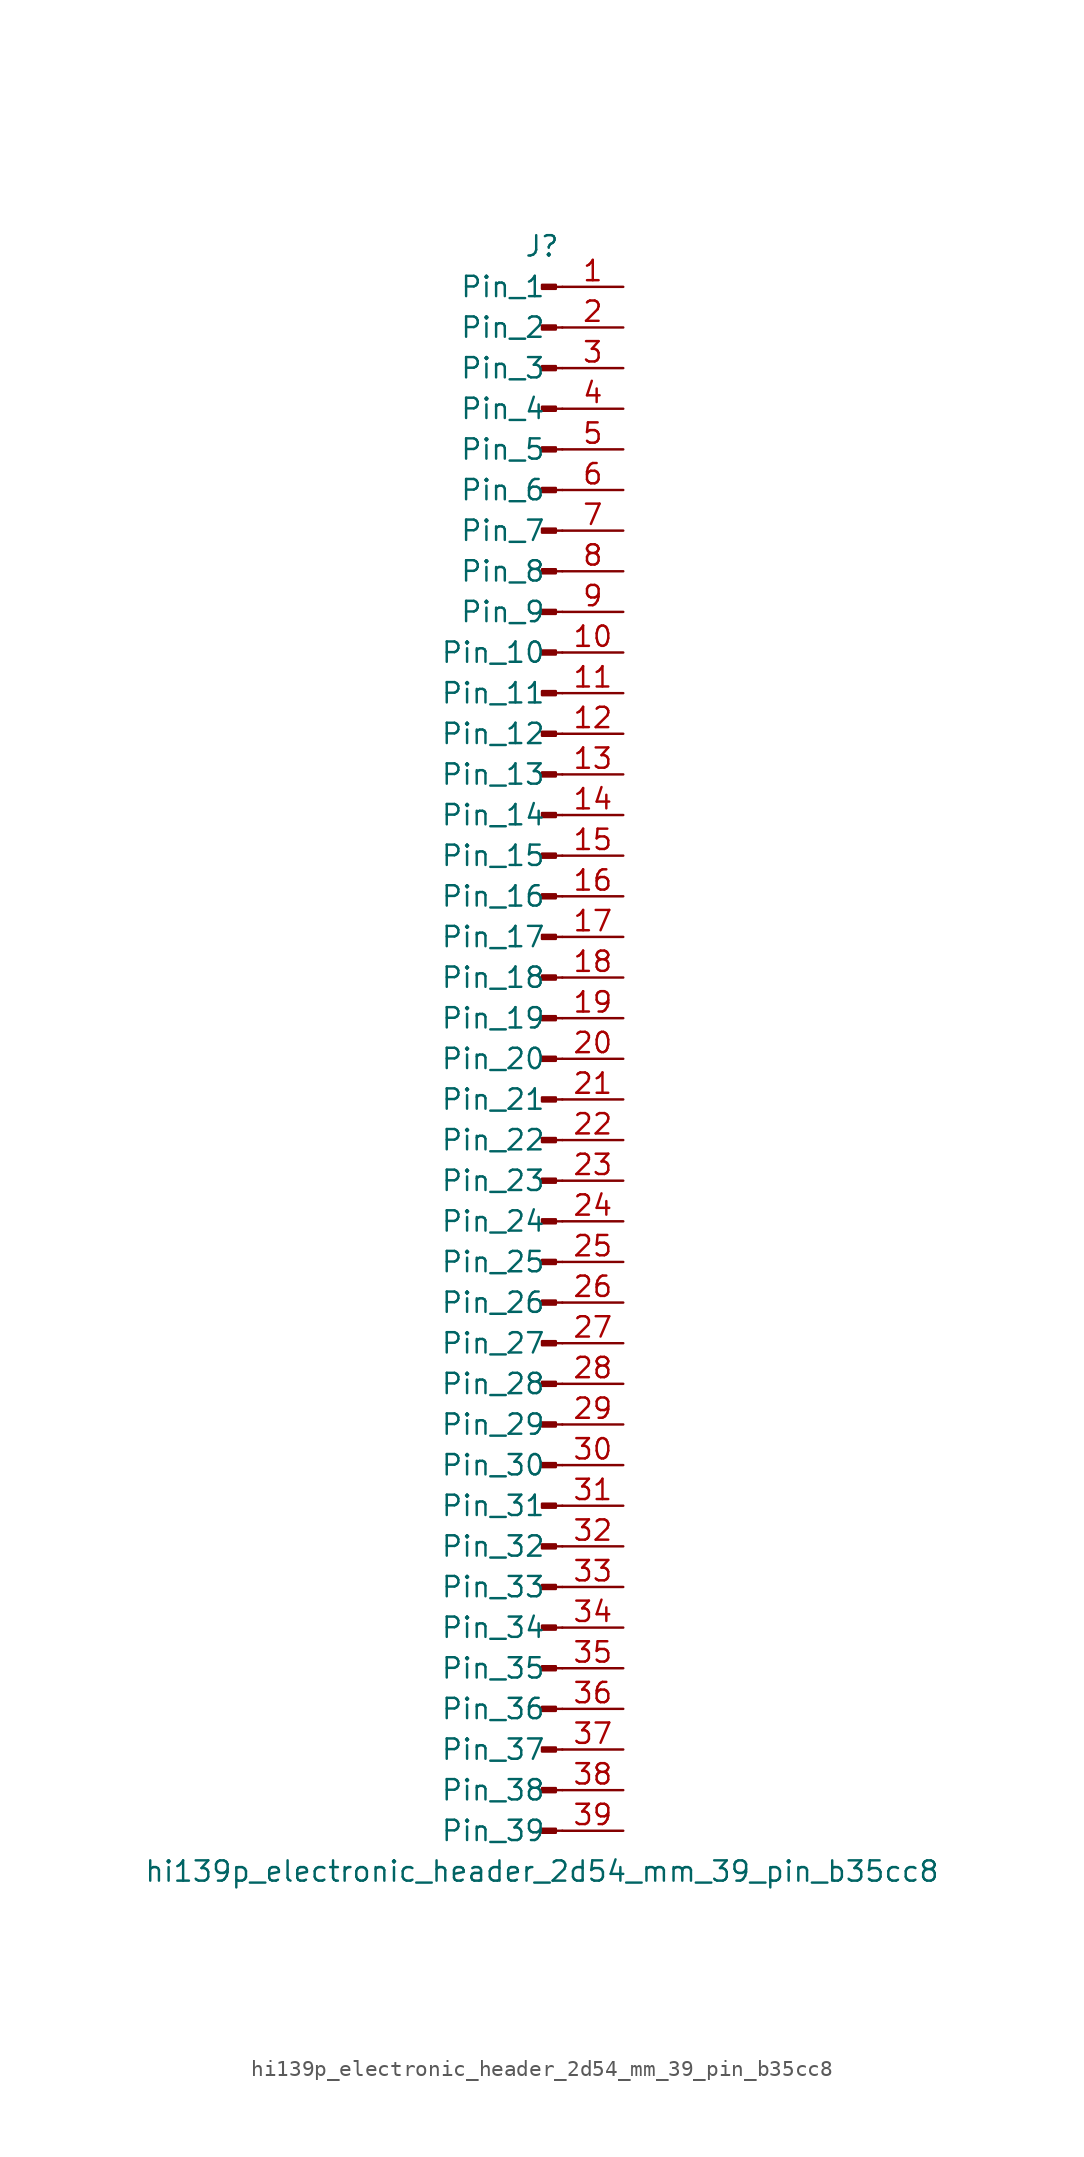
<source format=kicad_sym>
(kicad_symbol_lib
  (version 20220914)
  (generator kicad_symbol_editor)
  (symbol "hi139p_electronic_header_2d54_mm_39_pin_b35cc8"
    (pin_names
      (offset 1.016))
    (property "Reference" "J"
      (at 0 50.8 0)
      (effects (font (size 1.27 1.27))))
    (property "Value" "hi139p_electronic_header_2d54_mm_39_pin_b35cc8"
      (at 0 -50.8 0)
      (effects (font (size 1.27 1.27))))
    (property "ki_locked" ""
      (at 0 0 0)
      (effects (font (size 1.27 1.27))))
    (symbol "hi139p_electronic_header_2d54_mm_39_pin_b35cc8_1_1"
      (polyline (pts (xy 1.27 -48.26) (xy 0.864 -48.26)) (stroke (width 0.152) (type default)) (fill (type none)))
      (polyline (pts (xy 1.27 -45.72) (xy 0.864 -45.72)) (stroke (width 0.152) (type default)) (fill (type none)))
      (polyline (pts (xy 1.27 -43.18) (xy 0.864 -43.18)) (stroke (width 0.152) (type default)) (fill (type none)))
      (polyline (pts (xy 1.27 -40.64) (xy 0.864 -40.64)) (stroke (width 0.152) (type default)) (fill (type none)))
      (polyline (pts (xy 1.27 -38.1) (xy 0.864 -38.1)) (stroke (width 0.152) (type default)) (fill (type none)))
      (polyline (pts (xy 1.27 -35.56) (xy 0.864 -35.56)) (stroke (width 0.152) (type default)) (fill (type none)))
      (polyline (pts (xy 1.27 -33.02) (xy 0.864 -33.02)) (stroke (width 0.152) (type default)) (fill (type none)))
      (polyline (pts (xy 1.27 -30.48) (xy 0.864 -30.48)) (stroke (width 0.152) (type default)) (fill (type none)))
      (polyline (pts (xy 1.27 -27.94) (xy 0.864 -27.94)) (stroke (width 0.152) (type default)) (fill (type none)))
      (polyline (pts (xy 1.27 -25.4) (xy 0.864 -25.4)) (stroke (width 0.152) (type default)) (fill (type none)))
      (polyline (pts (xy 1.27 -22.86) (xy 0.864 -22.86)) (stroke (width 0.152) (type default)) (fill (type none)))
      (polyline (pts (xy 1.27 -20.32) (xy 0.864 -20.32)) (stroke (width 0.152) (type default)) (fill (type none)))
      (polyline (pts (xy 1.27 -17.78) (xy 0.864 -17.78)) (stroke (width 0.152) (type default)) (fill (type none)))
      (polyline (pts (xy 1.27 -15.24) (xy 0.864 -15.24)) (stroke (width 0.152) (type default)) (fill (type none)))
      (polyline (pts (xy 1.27 -12.7) (xy 0.864 -12.7)) (stroke (width 0.152) (type default)) (fill (type none)))
      (polyline (pts (xy 1.27 -10.16) (xy 0.864 -10.16)) (stroke (width 0.152) (type default)) (fill (type none)))
      (polyline (pts (xy 1.27 -7.62) (xy 0.864 -7.62)) (stroke (width 0.152) (type default)) (fill (type none)))
      (polyline (pts (xy 1.27 -5.08) (xy 0.864 -5.08)) (stroke (width 0.152) (type default)) (fill (type none)))
      (polyline (pts (xy 1.27 -2.54) (xy 0.864 -2.54)) (stroke (width 0.152) (type default)) (fill (type none)))
      (polyline (pts (xy 1.27 0) (xy 0.864 0)) (stroke (width 0.152) (type default)) (fill (type none)))
      (polyline (pts (xy 1.27 2.54) (xy 0.864 2.54)) (stroke (width 0.152) (type default)) (fill (type none)))
      (polyline (pts (xy 1.27 5.08) (xy 0.864 5.08)) (stroke (width 0.152) (type default)) (fill (type none)))
      (polyline (pts (xy 1.27 7.62) (xy 0.864 7.62)) (stroke (width 0.152) (type default)) (fill (type none)))
      (polyline (pts (xy 1.27 10.16) (xy 0.864 10.16)) (stroke (width 0.152) (type default)) (fill (type none)))
      (polyline (pts (xy 1.27 12.7) (xy 0.864 12.7)) (stroke (width 0.152) (type default)) (fill (type none)))
      (polyline (pts (xy 1.27 15.24) (xy 0.864 15.24)) (stroke (width 0.152) (type default)) (fill (type none)))
      (polyline (pts (xy 1.27 17.78) (xy 0.864 17.78)) (stroke (width 0.152) (type default)) (fill (type none)))
      (polyline (pts (xy 1.27 20.32) (xy 0.864 20.32)) (stroke (width 0.152) (type default)) (fill (type none)))
      (polyline (pts (xy 1.27 22.86) (xy 0.864 22.86)) (stroke (width 0.152) (type default)) (fill (type none)))
      (polyline (pts (xy 1.27 25.4) (xy 0.864 25.4)) (stroke (width 0.152) (type default)) (fill (type none)))
      (polyline (pts (xy 1.27 27.94) (xy 0.864 27.94)) (stroke (width 0.152) (type default)) (fill (type none)))
      (polyline (pts (xy 1.27 30.48) (xy 0.864 30.48)) (stroke (width 0.152) (type default)) (fill (type none)))
      (polyline (pts (xy 1.27 33.02) (xy 0.864 33.02)) (stroke (width 0.152) (type default)) (fill (type none)))
      (polyline (pts (xy 1.27 35.56) (xy 0.864 35.56)) (stroke (width 0.152) (type default)) (fill (type none)))
      (polyline (pts (xy 1.27 38.1) (xy 0.864 38.1)) (stroke (width 0.152) (type default)) (fill (type none)))
      (polyline (pts (xy 1.27 40.64) (xy 0.864 40.64)) (stroke (width 0.152) (type default)) (fill (type none)))
      (polyline (pts (xy 1.27 43.18) (xy 0.864 43.18)) (stroke (width 0.152) (type default)) (fill (type none)))
      (polyline (pts (xy 1.27 45.72) (xy 0.864 45.72)) (stroke (width 0.152) (type default)) (fill (type none)))
      (polyline (pts (xy 1.27 48.26) (xy 0.864 48.26)) (stroke (width 0.152) (type default)) (fill (type none)))
      (rectangle (start 0.864 -48.133) (end 0 -48.387) (stroke (width 0.152) (type default)) (fill (type outline)))
      (rectangle (start 0.864 -45.593) (end 0 -45.847) (stroke (width 0.152) (type default)) (fill (type outline)))
      (rectangle (start 0.864 -43.053) (end 0 -43.307) (stroke (width 0.152) (type default)) (fill (type outline)))
      (rectangle (start 0.864 -40.513) (end 0 -40.767) (stroke (width 0.152) (type default)) (fill (type outline)))
      (rectangle (start 0.864 -37.973) (end 0 -38.227) (stroke (width 0.152) (type default)) (fill (type outline)))
      (rectangle (start 0.864 -35.433) (end 0 -35.687) (stroke (width 0.152) (type default)) (fill (type outline)))
      (rectangle (start 0.864 -32.893) (end 0 -33.147) (stroke (width 0.152) (type default)) (fill (type outline)))
      (rectangle (start 0.864 -30.353) (end 0 -30.607) (stroke (width 0.152) (type default)) (fill (type outline)))
      (rectangle (start 0.864 -27.813) (end 0 -28.067) (stroke (width 0.152) (type default)) (fill (type outline)))
      (rectangle (start 0.864 -25.273) (end 0 -25.527) (stroke (width 0.152) (type default)) (fill (type outline)))
      (rectangle (start 0.864 -22.733) (end 0 -22.987) (stroke (width 0.152) (type default)) (fill (type outline)))
      (rectangle (start 0.864 -20.193) (end 0 -20.447) (stroke (width 0.152) (type default)) (fill (type outline)))
      (rectangle (start 0.864 -17.653) (end 0 -17.907) (stroke (width 0.152) (type default)) (fill (type outline)))
      (rectangle (start 0.864 -15.113) (end 0 -15.367) (stroke (width 0.152) (type default)) (fill (type outline)))
      (rectangle (start 0.864 -12.573) (end 0 -12.827) (stroke (width 0.152) (type default)) (fill (type outline)))
      (rectangle (start 0.864 -10.033) (end 0 -10.287) (stroke (width 0.152) (type default)) (fill (type outline)))
      (rectangle (start 0.864 -7.493) (end 0 -7.747) (stroke (width 0.152) (type default)) (fill (type outline)))
      (rectangle (start 0.864 -4.953) (end 0 -5.207) (stroke (width 0.152) (type default)) (fill (type outline)))
      (rectangle (start 0.864 -2.413) (end 0 -2.667) (stroke (width 0.152) (type default)) (fill (type outline)))
      (rectangle (start 0.864 0.127) (end 0 -0.127) (stroke (width 0.152) (type default)) (fill (type outline)))
      (rectangle (start 0.864 2.667) (end 0 2.413) (stroke (width 0.152) (type default)) (fill (type outline)))
      (rectangle (start 0.864 5.207) (end 0 4.953) (stroke (width 0.152) (type default)) (fill (type outline)))
      (rectangle (start 0.864 7.747) (end 0 7.493) (stroke (width 0.152) (type default)) (fill (type outline)))
      (rectangle (start 0.864 10.287) (end 0 10.033) (stroke (width 0.152) (type default)) (fill (type outline)))
      (rectangle (start 0.864 12.827) (end 0 12.573) (stroke (width 0.152) (type default)) (fill (type outline)))
      (rectangle (start 0.864 15.367) (end 0 15.113) (stroke (width 0.152) (type default)) (fill (type outline)))
      (rectangle (start 0.864 17.907) (end 0 17.653) (stroke (width 0.152) (type default)) (fill (type outline)))
      (rectangle (start 0.864 20.447) (end 0 20.193) (stroke (width 0.152) (type default)) (fill (type outline)))
      (rectangle (start 0.864 22.987) (end 0 22.733) (stroke (width 0.152) (type default)) (fill (type outline)))
      (rectangle (start 0.864 25.527) (end 0 25.273) (stroke (width 0.152) (type default)) (fill (type outline)))
      (rectangle (start 0.864 28.067) (end 0 27.813) (stroke (width 0.152) (type default)) (fill (type outline)))
      (rectangle (start 0.864 30.607) (end 0 30.353) (stroke (width 0.152) (type default)) (fill (type outline)))
      (rectangle (start 0.864 33.147) (end 0 32.893) (stroke (width 0.152) (type default)) (fill (type outline)))
      (rectangle (start 0.864 35.687) (end 0 35.433) (stroke (width 0.152) (type default)) (fill (type outline)))
      (rectangle (start 0.864 38.227) (end 0 37.973) (stroke (width 0.152) (type default)) (fill (type outline)))
      (rectangle (start 0.864 40.767) (end 0 40.513) (stroke (width 0.152) (type default)) (fill (type outline)))
      (rectangle (start 0.864 43.307) (end 0 43.053) (stroke (width 0.152) (type default)) (fill (type outline)))
      (rectangle (start 0.864 45.847) (end 0 45.593) (stroke (width 0.152) (type default)) (fill (type outline)))
      (rectangle (start 0.864 48.387) (end 0 48.133) (stroke (width 0.152) (type default)) (fill (type outline)))
      (pin passive line (at 5.08 48.26 180) (length 3.81) (name "Pin_1" (effects (font (size 1.27 1.27)))) (number "1" (effects (font (size 1.27 1.27)))))
      (pin passive line (at 5.08 25.4 180) (length 3.81) (name "Pin_10" (effects (font (size 1.27 1.27)))) (number "10" (effects (font (size 1.27 1.27)))))
      (pin passive line (at 5.08 22.86 180) (length 3.81) (name "Pin_11" (effects (font (size 1.27 1.27)))) (number "11" (effects (font (size 1.27 1.27)))))
      (pin passive line (at 5.08 20.32 180) (length 3.81) (name "Pin_12" (effects (font (size 1.27 1.27)))) (number "12" (effects (font (size 1.27 1.27)))))
      (pin passive line (at 5.08 17.78 180) (length 3.81) (name "Pin_13" (effects (font (size 1.27 1.27)))) (number "13" (effects (font (size 1.27 1.27)))))
      (pin passive line (at 5.08 15.24 180) (length 3.81) (name "Pin_14" (effects (font (size 1.27 1.27)))) (number "14" (effects (font (size 1.27 1.27)))))
      (pin passive line (at 5.08 12.7 180) (length 3.81) (name "Pin_15" (effects (font (size 1.27 1.27)))) (number "15" (effects (font (size 1.27 1.27)))))
      (pin passive line (at 5.08 10.16 180) (length 3.81) (name "Pin_16" (effects (font (size 1.27 1.27)))) (number "16" (effects (font (size 1.27 1.27)))))
      (pin passive line (at 5.08 7.62 180) (length 3.81) (name "Pin_17" (effects (font (size 1.27 1.27)))) (number "17" (effects (font (size 1.27 1.27)))))
      (pin passive line (at 5.08 5.08 180) (length 3.81) (name "Pin_18" (effects (font (size 1.27 1.27)))) (number "18" (effects (font (size 1.27 1.27)))))
      (pin passive line (at 5.08 2.54 180) (length 3.81) (name "Pin_19" (effects (font (size 1.27 1.27)))) (number "19" (effects (font (size 1.27 1.27)))))
      (pin passive line (at 5.08 45.72 180) (length 3.81) (name "Pin_2" (effects (font (size 1.27 1.27)))) (number "2" (effects (font (size 1.27 1.27)))))
      (pin passive line (at 5.08 0 180) (length 3.81) (name "Pin_20" (effects (font (size 1.27 1.27)))) (number "20" (effects (font (size 1.27 1.27)))))
      (pin passive line (at 5.08 -2.54 180) (length 3.81) (name "Pin_21" (effects (font (size 1.27 1.27)))) (number "21" (effects (font (size 1.27 1.27)))))
      (pin passive line (at 5.08 -5.08 180) (length 3.81) (name "Pin_22" (effects (font (size 1.27 1.27)))) (number "22" (effects (font (size 1.27 1.27)))))
      (pin passive line (at 5.08 -7.62 180) (length 3.81) (name "Pin_23" (effects (font (size 1.27 1.27)))) (number "23" (effects (font (size 1.27 1.27)))))
      (pin passive line (at 5.08 -10.16 180) (length 3.81) (name "Pin_24" (effects (font (size 1.27 1.27)))) (number "24" (effects (font (size 1.27 1.27)))))
      (pin passive line (at 5.08 -12.7 180) (length 3.81) (name "Pin_25" (effects (font (size 1.27 1.27)))) (number "25" (effects (font (size 1.27 1.27)))))
      (pin passive line (at 5.08 -15.24 180) (length 3.81) (name "Pin_26" (effects (font (size 1.27 1.27)))) (number "26" (effects (font (size 1.27 1.27)))))
      (pin passive line (at 5.08 -17.78 180) (length 3.81) (name "Pin_27" (effects (font (size 1.27 1.27)))) (number "27" (effects (font (size 1.27 1.27)))))
      (pin passive line (at 5.08 -20.32 180) (length 3.81) (name "Pin_28" (effects (font (size 1.27 1.27)))) (number "28" (effects (font (size 1.27 1.27)))))
      (pin passive line (at 5.08 -22.86 180) (length 3.81) (name "Pin_29" (effects (font (size 1.27 1.27)))) (number "29" (effects (font (size 1.27 1.27)))))
      (pin passive line (at 5.08 43.18 180) (length 3.81) (name "Pin_3" (effects (font (size 1.27 1.27)))) (number "3" (effects (font (size 1.27 1.27)))))
      (pin passive line (at 5.08 -25.4 180) (length 3.81) (name "Pin_30" (effects (font (size 1.27 1.27)))) (number "30" (effects (font (size 1.27 1.27)))))
      (pin passive line (at 5.08 -27.94 180) (length 3.81) (name "Pin_31" (effects (font (size 1.27 1.27)))) (number "31" (effects (font (size 1.27 1.27)))))
      (pin passive line (at 5.08 -30.48 180) (length 3.81) (name "Pin_32" (effects (font (size 1.27 1.27)))) (number "32" (effects (font (size 1.27 1.27)))))
      (pin passive line (at 5.08 -33.02 180) (length 3.81) (name "Pin_33" (effects (font (size 1.27 1.27)))) (number "33" (effects (font (size 1.27 1.27)))))
      (pin passive line (at 5.08 -35.56 180) (length 3.81) (name "Pin_34" (effects (font (size 1.27 1.27)))) (number "34" (effects (font (size 1.27 1.27)))))
      (pin passive line (at 5.08 -38.1 180) (length 3.81) (name "Pin_35" (effects (font (size 1.27 1.27)))) (number "35" (effects (font (size 1.27 1.27)))))
      (pin passive line (at 5.08 -40.64 180) (length 3.81) (name "Pin_36" (effects (font (size 1.27 1.27)))) (number "36" (effects (font (size 1.27 1.27)))))
      (pin passive line (at 5.08 -43.18 180) (length 3.81) (name "Pin_37" (effects (font (size 1.27 1.27)))) (number "37" (effects (font (size 1.27 1.27)))))
      (pin passive line (at 5.08 -45.72 180) (length 3.81) (name "Pin_38" (effects (font (size 1.27 1.27)))) (number "38" (effects (font (size 1.27 1.27)))))
      (pin passive line (at 5.08 -48.26 180) (length 3.81) (name "Pin_39" (effects (font (size 1.27 1.27)))) (number "39" (effects (font (size 1.27 1.27)))))
      (pin passive line (at 5.08 40.64 180) (length 3.81) (name "Pin_4" (effects (font (size 1.27 1.27)))) (number "4" (effects (font (size 1.27 1.27)))))
      (pin passive line (at 5.08 38.1 180) (length 3.81) (name "Pin_5" (effects (font (size 1.27 1.27)))) (number "5" (effects (font (size 1.27 1.27)))))
      (pin passive line (at 5.08 35.56 180) (length 3.81) (name "Pin_6" (effects (font (size 1.27 1.27)))) (number "6" (effects (font (size 1.27 1.27)))))
      (pin passive line (at 5.08 33.02 180) (length 3.81) (name "Pin_7" (effects (font (size 1.27 1.27)))) (number "7" (effects (font (size 1.27 1.27)))))
      (pin passive line (at 5.08 30.48 180) (length 3.81) (name "Pin_8" (effects (font (size 1.27 1.27)))) (number "8" (effects (font (size 1.27 1.27)))))
      (pin passive line (at 5.08 27.94 180) (length 3.81) (name "Pin_9" (effects (font (size 1.27 1.27)))) (number "9" (effects (font (size 1.27 1.27))))))))
</source>
